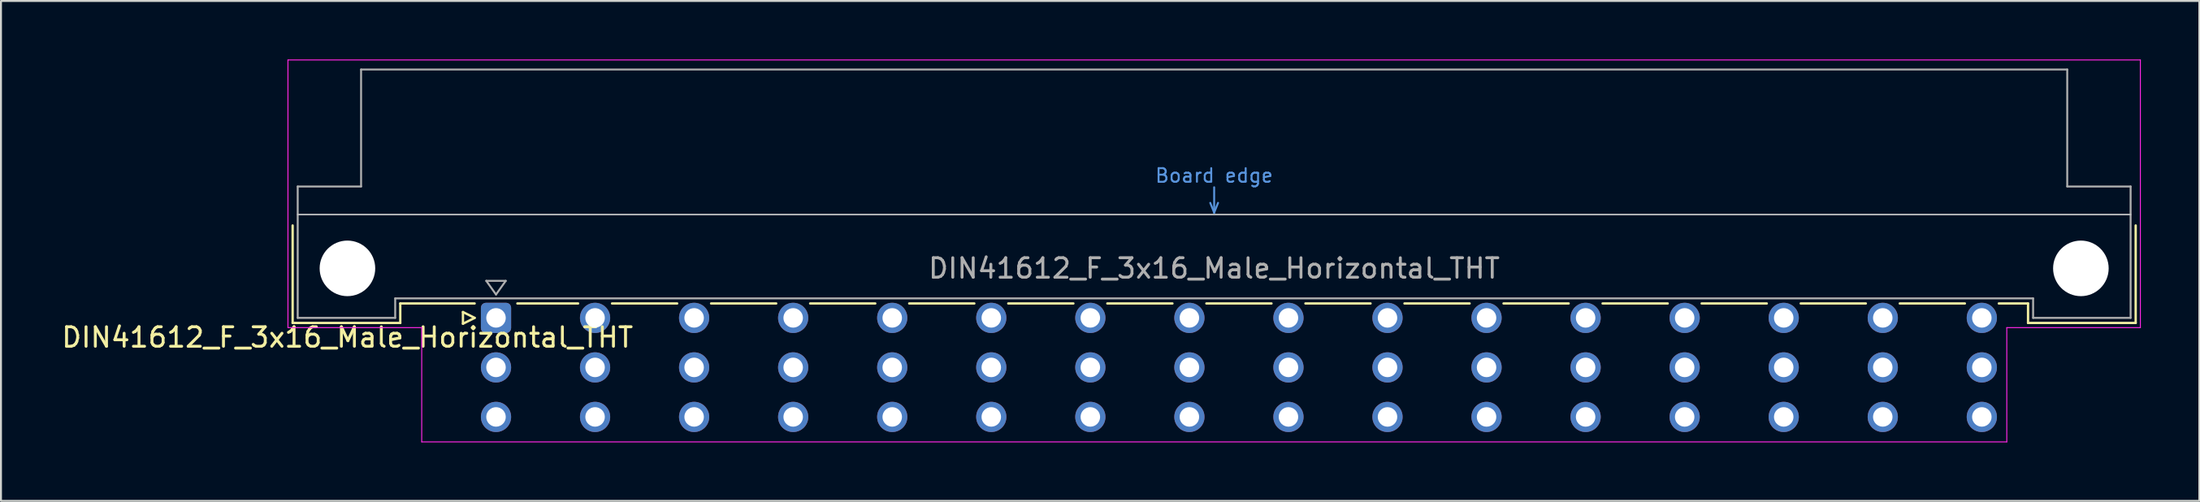
<source format=kicad_pcb>
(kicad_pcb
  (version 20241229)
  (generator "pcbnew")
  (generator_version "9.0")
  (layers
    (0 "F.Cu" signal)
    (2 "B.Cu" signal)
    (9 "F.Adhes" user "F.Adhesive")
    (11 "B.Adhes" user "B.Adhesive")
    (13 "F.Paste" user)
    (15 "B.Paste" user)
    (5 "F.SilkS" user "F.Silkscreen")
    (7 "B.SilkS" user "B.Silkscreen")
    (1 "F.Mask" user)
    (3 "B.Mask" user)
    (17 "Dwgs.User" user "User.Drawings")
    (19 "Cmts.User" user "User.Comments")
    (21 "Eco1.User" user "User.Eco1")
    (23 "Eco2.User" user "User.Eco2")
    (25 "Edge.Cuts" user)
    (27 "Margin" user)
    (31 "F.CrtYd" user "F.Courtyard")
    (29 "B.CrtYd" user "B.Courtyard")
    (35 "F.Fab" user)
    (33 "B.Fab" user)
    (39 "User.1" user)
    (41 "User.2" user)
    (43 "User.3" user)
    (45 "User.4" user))
  (footprint "DIN41612_F_3x16_Male_Horizontal_THT"
    (layer "F.Cu")
    (at 19.848 13.255)
    (property "Reference" "DIN41612_F_3x16_Male_Horizontal_THT" (at -5.08 1 0) (layer "F.SilkS") (effects (font (size 1 1) (thickness 0.15))))
    (attr through_hole)
    (fp_line (start -7.89 -4.74) (end -7.89 0.26) (stroke (width 0.12) (type solid)) (layer "F.SilkS"))
    (fp_line (start -7.89 0.26) (end -2.37 0.26) (stroke (width 0.12) (type solid)) (layer "F.SilkS"))
    (fp_line (start -2.371 -0.74) (end 1.445 -0.74) (stroke (width 0.12) (type solid)) (layer "F.SilkS"))
    (fp_line (start -2.37 0.26) (end -2.37 -0.74) (stroke (width 0.12) (type solid)) (layer "F.SilkS"))
    (fp_line (start 0.845 -0.3) (end 0.845 0.3) (stroke (width 0.12) (type solid)) (layer "F.SilkS"))
    (fp_line (start 0.845 0.3) (end 1.445 0) (stroke (width 0.12) (type solid)) (layer "F.SilkS"))
    (fp_line (start 1.445 0) (end 0.845 -0.3) (stroke (width 0.12) (type solid)) (layer "F.SilkS"))
    (fp_line (start 3.635 -0.74) (end 6.751 -0.74) (stroke (width 0.12) (type solid)) (layer "F.SilkS"))
    (fp_line (start 8.49 -0.74) (end 11.831 -0.74) (stroke (width 0.12) (type solid)) (layer "F.SilkS"))
    (fp_line (start 13.57 -0.74) (end 16.911 -0.74) (stroke (width 0.12) (type solid)) (layer "F.SilkS"))
    (fp_line (start 18.65 -0.74) (end 21.991 -0.74) (stroke (width 0.12) (type solid)) (layer "F.SilkS"))
    (fp_line (start 23.73 -0.74) (end 27.071 -0.74) (stroke (width 0.12) (type solid)) (layer "F.SilkS"))
    (fp_line (start 28.81 -0.74) (end 32.151 -0.74) (stroke (width 0.12) (type solid)) (layer "F.SilkS"))
    (fp_line (start 33.89 -0.74) (end 37.231 -0.74) (stroke (width 0.12) (type solid)) (layer "F.SilkS"))
    (fp_line (start 38.97 -0.74) (end 42.311 -0.74) (stroke (width 0.12) (type solid)) (layer "F.SilkS"))
    (fp_line (start 44.05 -0.74) (end 47.391 -0.74) (stroke (width 0.12) (type solid)) (layer "F.SilkS"))
    (fp_line (start 49.13 -0.74) (end 52.471 -0.74) (stroke (width 0.12) (type solid)) (layer "F.SilkS"))
    (fp_line (start 54.21 -0.74) (end 57.551 -0.74) (stroke (width 0.12) (type solid)) (layer "F.SilkS"))
    (fp_line (start 59.29 -0.74) (end 62.631 -0.74) (stroke (width 0.12) (type solid)) (layer "F.SilkS"))
    (fp_line (start 64.37 -0.74) (end 67.711 -0.74) (stroke (width 0.12) (type solid)) (layer "F.SilkS"))
    (fp_line (start 69.45 -0.74) (end 72.791 -0.74) (stroke (width 0.12) (type solid)) (layer "F.SilkS"))
    (fp_line (start 74.53 -0.74) (end 77.871 -0.74) (stroke (width 0.12) (type solid)) (layer "F.SilkS"))
    (fp_line (start 79.61 -0.74) (end 81.11 -0.74) (stroke (width 0.12) (type solid)) (layer "F.SilkS"))
    (fp_line (start 81.11 0.26) (end 81.11 -0.74) (stroke (width 0.12) (type solid)) (layer "F.SilkS"))
    (fp_line (start 86.63 -4.74) (end 86.63 0.26) (stroke (width 0.12) (type solid)) (layer "F.SilkS"))
    (fp_line (start 86.63 0.26) (end 81.11 0.26) (stroke (width 0.12) (type solid)) (layer "F.SilkS"))
    (fp_line (start -7.63 -5.3) (end 86.37 -5.3) (stroke (width 0.08) (type solid)) (layer "Dwgs.User"))
    (fp_line (start 39.17 -5.9) (end 39.37 -5.4) (stroke (width 0.1) (type solid)) (layer "Cmts.User"))
    (fp_line (start 39.37 -5.4) (end 39.37 -6.7) (stroke (width 0.1) (type solid)) (layer "Cmts.User"))
    (fp_line (start 39.37 -5.4) (end 39.57 -5.9) (stroke (width 0.1) (type solid)) (layer "Cmts.User"))
    (fp_line (start -8.13 -13.23) (end -8.13 0.5) (stroke (width 0.05) (type solid)) (layer "F.CrtYd"))
    (fp_line (start -8.13 0.5) (end -1.27 0.5) (stroke (width 0.05) (type solid)) (layer "F.CrtYd"))
    (fp_line (start -1.27 0.5) (end -1.27 6.36) (stroke (width 0.05) (type solid)) (layer "F.CrtYd"))
    (fp_line (start -1.27 6.36) (end 80.02 6.36) (stroke (width 0.05) (type solid)) (layer "F.CrtYd"))
    (fp_line (start 80.02 0.5) (end 86.87 0.5) (stroke (width 0.05) (type solid)) (layer "F.CrtYd"))
    (fp_line (start 80.02 6.36) (end 80.02 0.5) (stroke (width 0.05) (type solid)) (layer "F.CrtYd"))
    (fp_line (start 86.87 -13.23) (end -8.13 -13.23) (stroke (width 0.05) (type solid)) (layer "F.CrtYd"))
    (fp_line (start 86.87 0.5) (end 86.87 -13.23) (stroke (width 0.05) (type solid)) (layer "F.CrtYd"))
    (fp_line (start -7.63 -6.74) (end -7.63 0) (stroke (width 0.1) (type solid)) (layer "F.Fab"))
    (fp_line (start -7.63 0) (end -2.63 0) (stroke (width 0.1) (type solid)) (layer "F.Fab"))
    (fp_line (start -4.38 -12.74) (end -4.38 -6.74) (stroke (width 0.1) (type solid)) (layer "F.Fab"))
    (fp_line (start -4.38 -6.74) (end -7.63 -6.74) (stroke (width 0.1) (type solid)) (layer "F.Fab"))
    (fp_line (start -2.63 -1) (end 81.37 -1) (stroke (width 0.1) (type solid)) (layer "F.Fab"))
    (fp_line (start -2.63 0) (end -2.63 -1) (stroke (width 0.1) (type solid)) (layer "F.Fab"))
    (fp_line (start 2.04 -1.9) (end 3.04 -1.9) (stroke (width 0.1) (type solid)) (layer "F.Fab"))
    (fp_line (start 2.54 -1.2) (end 2.04 -1.9) (stroke (width 0.1) (type solid)) (layer "F.Fab"))
    (fp_line (start 3.04 -1.9) (end 2.54 -1.2) (stroke (width 0.1) (type solid)) (layer "F.Fab"))
    (fp_line (start 81.37 -1) (end 81.37 0) (stroke (width 0.1) (type solid)) (layer "F.Fab"))
    (fp_line (start 81.37 0) (end 86.37 0) (stroke (width 0.1) (type solid)) (layer "F.Fab"))
    (fp_line (start 83.12 -12.74) (end -4.38 -12.74) (stroke (width 0.1) (type solid)) (layer "F.Fab"))
    (fp_line (start 83.12 -6.74) (end 83.12 -12.74) (stroke (width 0.1) (type solid)) (layer "F.Fab"))
    (fp_line (start 86.37 -6.74) (end 83.12 -6.74) (stroke (width 0.1) (type solid)) (layer "F.Fab"))
    (fp_line (start 86.37 0) (end 86.37 -6.74) (stroke (width 0.1) (type solid)) (layer "F.Fab"))
    (fp_text user "Board edge" (at 39.37 -7.3 0) (layer "Cmts.User") (effects (font (size 0.7 0.7) (thickness 0.1))))
    (fp_text user "${REFERENCE}" (at 39.37 -2.54 0) (layer "F.Fab") (effects (font (size 1 1) (thickness 0.15))))
    (pad "" np_thru_hole circle (at -5.08 -2.54) (size 2.85 2.85) (drill 2.85) (layers "*.Cu" "*.Mask"))
    (pad "" np_thru_hole circle (at 83.82 -2.54) (size 2.85 2.85) (drill 2.85) (layers "*.Cu" "*.Mask"))
    (pad "b2" thru_hole circle (at 2.54 2.54) (size 1.55 1.55) (drill 1) (layers "*.Cu" "*.Mask"))
    (pad "b4" thru_hole circle (at 7.62 2.54) (size 1.55 1.55) (drill 1) (layers "*.Cu" "*.Mask"))
    (pad "b6" thru_hole circle (at 12.7 2.54) (size 1.55 1.55) (drill 1) (layers "*.Cu" "*.Mask"))
    (pad "b8" thru_hole circle (at 17.78 2.54) (size 1.55 1.55) (drill 1) (layers "*.Cu" "*.Mask"))
    (pad "b10" thru_hole circle (at 22.86 2.54) (size 1.55 1.55) (drill 1) (layers "*.Cu" "*.Mask"))
    (pad "b12" thru_hole circle (at 27.94 2.54) (size 1.55 1.55) (drill 1) (layers "*.Cu" "*.Mask"))
    (pad "b14" thru_hole circle (at 33.02 2.54) (size 1.55 1.55) (drill 1) (layers "*.Cu" "*.Mask"))
    (pad "b16" thru_hole circle (at 38.1 2.54) (size 1.55 1.55) (drill 1) (layers "*.Cu" "*.Mask"))
    (pad "b18" thru_hole circle (at 43.18 2.54) (size 1.55 1.55) (drill 1) (layers "*.Cu" "*.Mask"))
    (pad "b20" thru_hole circle (at 48.26 2.54) (size 1.55 1.55) (drill 1) (layers "*.Cu" "*.Mask"))
    (pad "b22" thru_hole circle (at 53.34 2.54) (size 1.55 1.55) (drill 1) (layers "*.Cu" "*.Mask"))
    (pad "b24" thru_hole circle (at 58.42 2.54) (size 1.55 1.55) (drill 1) (layers "*.Cu" "*.Mask"))
    (pad "b26" thru_hole circle (at 63.5 2.54) (size 1.55 1.55) (drill 1) (layers "*.Cu" "*.Mask"))
    (pad "b28" thru_hole circle (at 68.58 2.54) (size 1.55 1.55) (drill 1) (layers "*.Cu" "*.Mask"))
    (pad "b30" thru_hole circle (at 73.66 2.54) (size 1.55 1.55) (drill 1) (layers "*.Cu" "*.Mask"))
    (pad "b32" thru_hole circle (at 78.74 2.54) (size 1.55 1.55) (drill 1) (layers "*.Cu" "*.Mask"))
    (pad "d2" thru_hole circle (at 2.54 5.08) (size 1.55 1.55) (drill 1) (layers "*.Cu" "*.Mask"))
    (pad "d4" thru_hole circle (at 7.62 5.08) (size 1.55 1.55) (drill 1) (layers "*.Cu" "*.Mask"))
    (pad "d6" thru_hole circle (at 12.7 5.08) (size 1.55 1.55) (drill 1) (layers "*.Cu" "*.Mask"))
    (pad "d8" thru_hole circle (at 17.78 5.08) (size 1.55 1.55) (drill 1) (layers "*.Cu" "*.Mask"))
    (pad "d10" thru_hole circle (at 22.86 5.08) (size 1.55 1.55) (drill 1) (layers "*.Cu" "*.Mask"))
    (pad "d12" thru_hole circle (at 27.94 5.08) (size 1.55 1.55) (drill 1) (layers "*.Cu" "*.Mask"))
    (pad "d14" thru_hole circle (at 33.02 5.08) (size 1.55 1.55) (drill 1) (layers "*.Cu" "*.Mask"))
    (pad "d16" thru_hole circle (at 38.1 5.08) (size 1.55 1.55) (drill 1) (layers "*.Cu" "*.Mask"))
    (pad "d18" thru_hole circle (at 43.18 5.08) (size 1.55 1.55) (drill 1) (layers "*.Cu" "*.Mask"))
    (pad "d20" thru_hole circle (at 48.26 5.08) (size 1.55 1.55) (drill 1) (layers "*.Cu" "*.Mask"))
    (pad "d22" thru_hole circle (at 53.34 5.08) (size 1.55 1.55) (drill 1) (layers "*.Cu" "*.Mask"))
    (pad "d24" thru_hole circle (at 58.42 5.08) (size 1.55 1.55) (drill 1) (layers "*.Cu" "*.Mask"))
    (pad "d26" thru_hole circle (at 63.5 5.08) (size 1.55 1.55) (drill 1) (layers "*.Cu" "*.Mask"))
    (pad "d28" thru_hole circle (at 68.58 5.08) (size 1.55 1.55) (drill 1) (layers "*.Cu" "*.Mask"))
    (pad "d30" thru_hole circle (at 73.66 5.08) (size 1.55 1.55) (drill 1) (layers "*.Cu" "*.Mask"))
    (pad "d32" thru_hole circle (at 78.74 5.08) (size 1.55 1.55) (drill 1) (layers "*.Cu" "*.Mask"))
    (pad "z2" thru_hole roundrect (at 2.54 0) (size 1.55 1.55) (drill 1) (layers "*.Cu" "*.Mask") (roundrect_rratio 0.161))
    (pad "z4" thru_hole circle (at 7.62 0) (size 1.55 1.55) (drill 1) (layers "*.Cu" "*.Mask"))
    (pad "z6" thru_hole circle (at 12.7 0) (size 1.55 1.55) (drill 1) (layers "*.Cu" "*.Mask"))
    (pad "z8" thru_hole circle (at 17.78 0) (size 1.55 1.55) (drill 1) (layers "*.Cu" "*.Mask"))
    (pad "z10" thru_hole circle (at 22.86 0) (size 1.55 1.55) (drill 1) (layers "*.Cu" "*.Mask"))
    (pad "z12" thru_hole circle (at 27.94 0) (size 1.55 1.55) (drill 1) (layers "*.Cu" "*.Mask"))
    (pad "z14" thru_hole circle (at 33.02 0) (size 1.55 1.55) (drill 1) (layers "*.Cu" "*.Mask"))
    (pad "z16" thru_hole circle (at 38.1 0) (size 1.55 1.55) (drill 1) (layers "*.Cu" "*.Mask"))
    (pad "z18" thru_hole circle (at 43.18 0) (size 1.55 1.55) (drill 1) (layers "*.Cu" "*.Mask"))
    (pad "z20" thru_hole circle (at 48.26 0) (size 1.55 1.55) (drill 1) (layers "*.Cu" "*.Mask"))
    (pad "z22" thru_hole circle (at 53.34 0) (size 1.55 1.55) (drill 1) (layers "*.Cu" "*.Mask"))
    (pad "z24" thru_hole circle (at 58.42 0) (size 1.55 1.55) (drill 1) (layers "*.Cu" "*.Mask"))
    (pad "z26" thru_hole circle (at 63.5 0) (size 1.55 1.55) (drill 1) (layers "*.Cu" "*.Mask"))
    (pad "z28" thru_hole circle (at 68.58 0) (size 1.55 1.55) (drill 1) (layers "*.Cu" "*.Mask"))
    (pad "z30" thru_hole circle (at 73.66 0) (size 1.55 1.55) (drill 1) (layers "*.Cu" "*.Mask"))
    (pad "z32" thru_hole circle (at 78.74 0) (size 1.55 1.55) (drill 1) (layers "*.Cu" "*.Mask")))
  (gr_rect
    (start -3 -3)
    (end 109.743 22.64)
    (stroke (width 0.1) (type default))
    (fill no)
    (layer "Edge.Cuts")))
</source>
